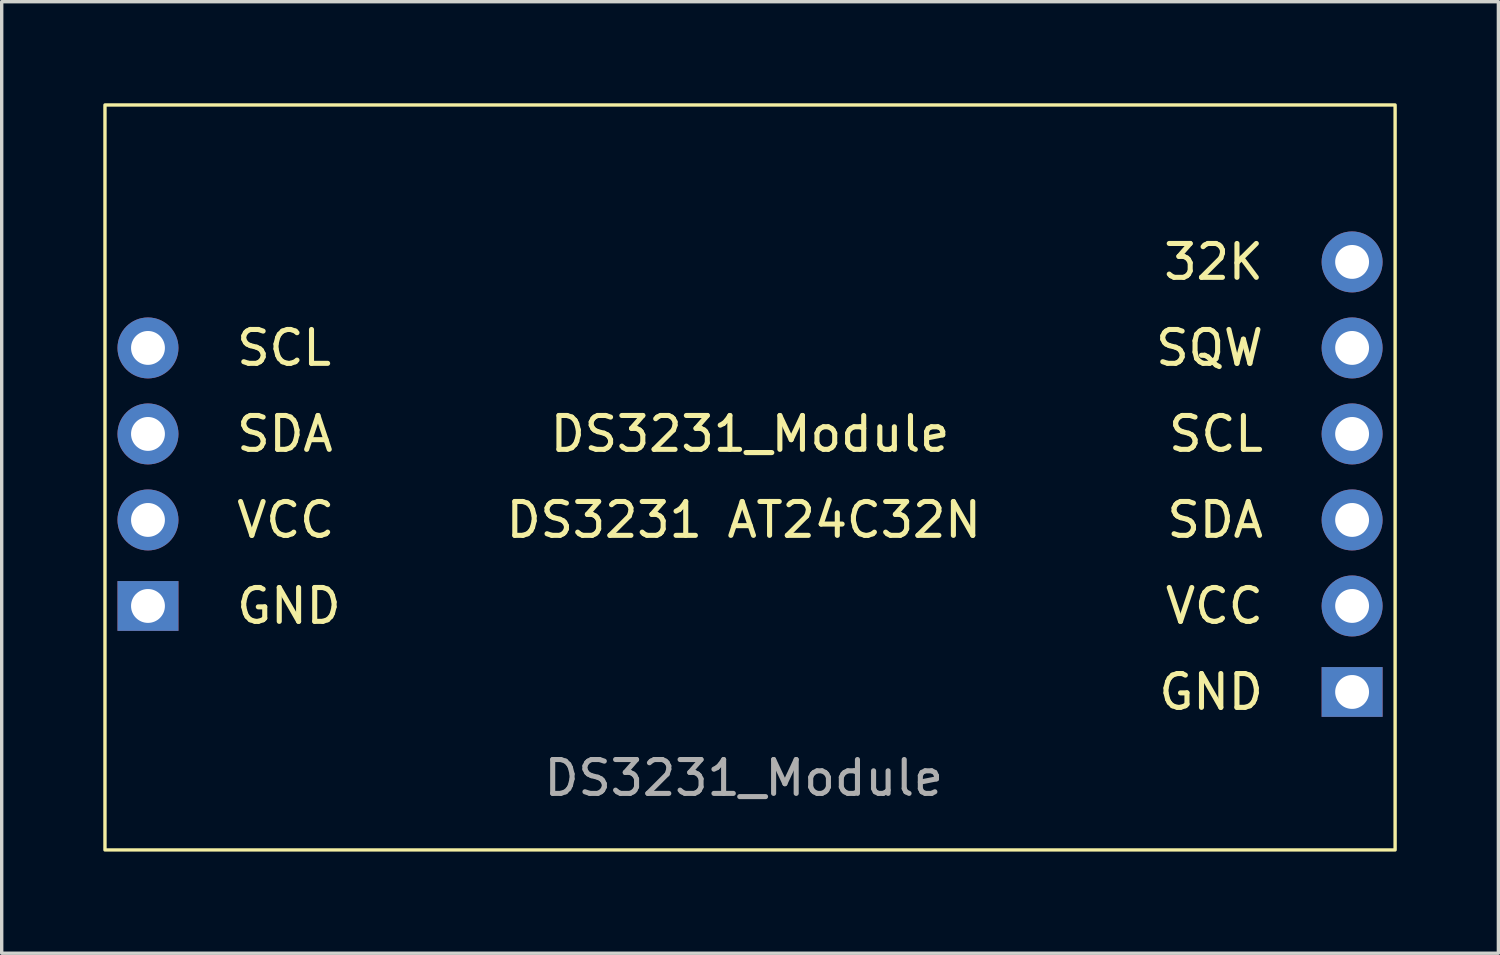
<source format=kicad_pcb>
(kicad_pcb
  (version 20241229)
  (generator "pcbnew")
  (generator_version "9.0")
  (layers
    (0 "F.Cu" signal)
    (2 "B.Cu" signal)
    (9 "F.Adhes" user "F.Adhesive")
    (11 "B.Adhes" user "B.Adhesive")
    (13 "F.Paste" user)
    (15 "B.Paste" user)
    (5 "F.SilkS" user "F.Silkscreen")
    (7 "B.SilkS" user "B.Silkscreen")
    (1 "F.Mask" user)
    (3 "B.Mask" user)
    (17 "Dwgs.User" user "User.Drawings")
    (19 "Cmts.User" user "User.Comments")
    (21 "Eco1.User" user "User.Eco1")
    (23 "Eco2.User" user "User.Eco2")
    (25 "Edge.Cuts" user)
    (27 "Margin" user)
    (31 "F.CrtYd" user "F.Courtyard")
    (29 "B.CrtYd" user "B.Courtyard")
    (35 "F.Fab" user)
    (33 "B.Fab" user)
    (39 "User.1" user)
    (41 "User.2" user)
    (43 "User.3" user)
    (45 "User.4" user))
  (footprint "DS3231_Module"
    (layer "F.Cu")
    (at 19.1 12.305)
    (property "Reference" "DS3231_Module" (at 0 -2.54 0) (unlocked yes) (layer "F.SilkS") (effects (font (size 1 1) (thickness 0.15))))
    (attr smd)
    (fp_rect (start -19.05 -12.255) (end 19.05 9.745) (stroke (width 0.1) (type default)) (fill no) (layer "F.SilkS"))
    (fp_text user "GND" (at 15.24 5.08 0) (unlocked yes) (layer "F.SilkS") (effects (font (size 1 1) (thickness 0.15) (bold yes)) (justify right)))
    (fp_text user "32K" (at 15.24 -7.62 0) (unlocked yes) (layer "F.SilkS") (effects (font (size 1 1) (thickness 0.15) (bold yes)) (justify right)))
    (fp_text user "SDA" (at -15.24 -2.54 0) (unlocked yes) (layer "F.SilkS") (effects (font (size 1 1) (thickness 0.15)) (justify left)))
    (fp_text user "SDA" (at 15.24 -0.000001 0) (unlocked yes) (layer "F.SilkS") (effects (font (size 1 1) (thickness 0.15) (bold yes)) (justify right)))
    (fp_text user "SQW" (at 15.24 -5.08 0) (unlocked yes) (layer "F.SilkS") (effects (font (size 1 1) (thickness 0.15) (bold yes)) (justify right)))
    (fp_text user "DS3231 AT24C32N" (at -0.185 0 0) (unlocked yes) (layer "F.SilkS") (effects (font (size 1 1) (thickness 0.15))))
    (fp_text user "GND" (at -15.24 2.54 0) (unlocked yes) (layer "F.SilkS") (effects (font (size 1 1) (thickness 0.15)) (justify left)))
    (fp_text user "SCL" (at 15.24 -2.54 0) (unlocked yes) (layer "F.SilkS") (effects (font (size 1 1) (thickness 0.15) (bold yes)) (justify right)))
    (fp_text user "SCL" (at -15.24 -5.08 0) (unlocked yes) (layer "F.SilkS") (effects (font (size 1 1) (thickness 0.15)) (justify left)))
    (fp_text user "VCC" (at -15.24 0 0) (unlocked yes) (layer "F.SilkS") (effects (font (size 1 1) (thickness 0.15)) (justify left)))
    (fp_text user "VCC" (at 15.24 2.54 0) (unlocked yes) (layer "F.SilkS") (effects (font (size 1 1) (thickness 0.15) (bold yes)) (justify right)))
    (fp_text user "${REFERENCE}" (at -0.185 7.62 0) (unlocked yes) (layer "F.Fab") (effects (font (size 1 1) (thickness 0.15))))
    (pad "1" thru_hole rect (at 17.78 5.08 180) (size 1.8 1.47) (drill 1) (layers "*.Cu" "*.Mask"))
    (pad "2" thru_hole circle (at 17.78 2.54 180) (size 1.8 1.8) (drill 1) (layers "*.Cu" "*.Mask"))
    (pad "3" thru_hole circle (at 17.78 -0.000001 180) (size 1.8 1.8) (drill 1) (layers "*.Cu" "*.Mask"))
    (pad "4" thru_hole circle (at 17.78 -2.54 180) (size 1.8 1.8) (drill 1) (layers "*.Cu" "*.Mask"))
    (pad "5" thru_hole circle (at 17.78 -5.08 180) (size 1.8 1.8) (drill 1) (layers "*.Cu" "*.Mask"))
    (pad "6" thru_hole circle (at 17.78 -7.62 180) (size 1.8 1.8) (drill 1) (layers "*.Cu" "*.Mask"))
    (pad "7" thru_hole rect (at -17.78 2.54 180) (size 1.8 1.47) (drill 1) (layers "*.Cu" "*.Mask"))
    (pad "8" thru_hole circle (at -17.78 0 180) (size 1.8 1.8) (drill 1) (layers "*.Cu" "*.Mask"))
    (pad "9" thru_hole circle (at -17.78 -2.54 180) (size 1.8 1.8) (drill 1) (layers "*.Cu" "*.Mask"))
    (pad "10" thru_hole circle (at -17.78 -5.08 180) (size 1.8 1.8) (drill 1) (layers "*.Cu" "*.Mask")))
  (gr_rect
    (start -3 -3)
    (end 41.2 25.1)
    (stroke (width 0.1) (type default))
    (fill no)
    (layer "Edge.Cuts")))
</source>
